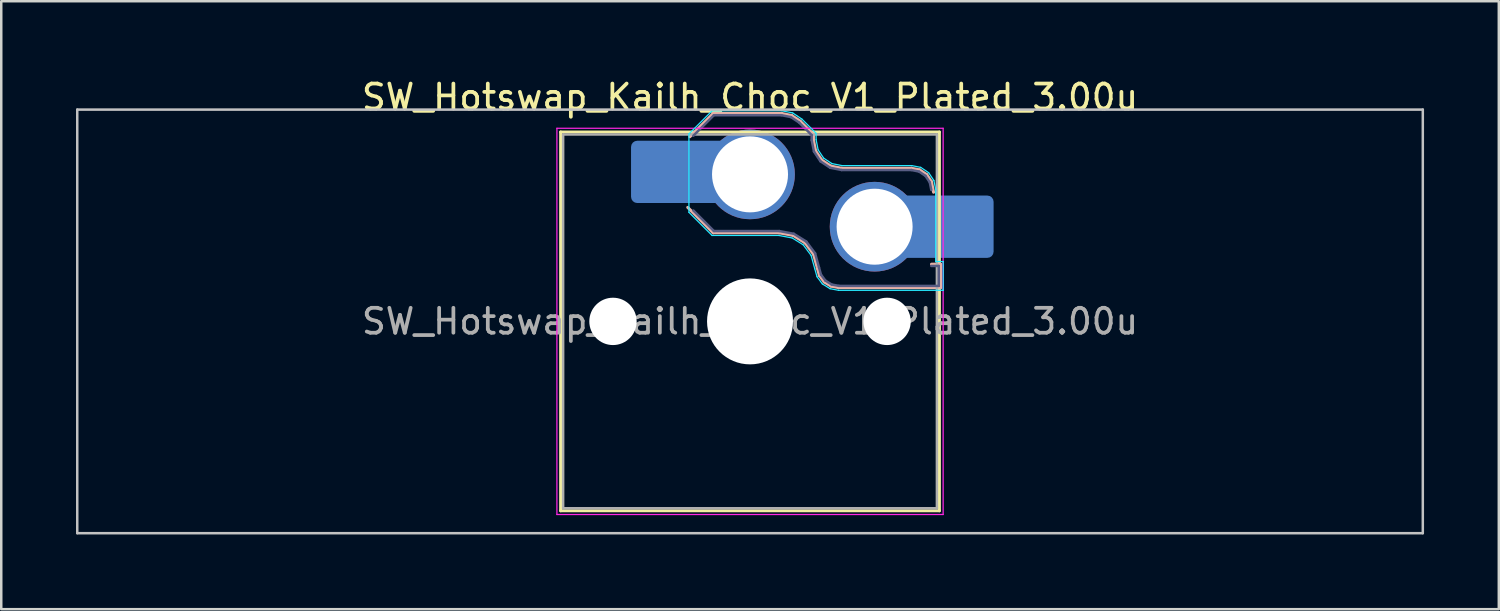
<source format=kicad_pcb>
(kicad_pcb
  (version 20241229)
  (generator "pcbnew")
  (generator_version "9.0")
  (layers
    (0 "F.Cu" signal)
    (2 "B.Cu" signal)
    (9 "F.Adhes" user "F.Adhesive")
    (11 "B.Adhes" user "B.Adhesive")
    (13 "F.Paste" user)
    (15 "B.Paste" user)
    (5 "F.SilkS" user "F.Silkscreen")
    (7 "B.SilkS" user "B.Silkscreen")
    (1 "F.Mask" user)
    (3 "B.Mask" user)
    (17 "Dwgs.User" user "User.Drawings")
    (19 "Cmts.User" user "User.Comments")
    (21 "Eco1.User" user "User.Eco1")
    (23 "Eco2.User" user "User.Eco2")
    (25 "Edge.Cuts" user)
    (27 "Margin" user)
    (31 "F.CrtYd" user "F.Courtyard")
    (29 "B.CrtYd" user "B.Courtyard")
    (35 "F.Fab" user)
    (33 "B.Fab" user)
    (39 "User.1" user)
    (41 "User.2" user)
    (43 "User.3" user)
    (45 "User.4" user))
  (footprint "SW_Hotswap_Kailh_Choc_V1_Plated_3.00u"
    (layer "F.Cu")
    (at 27.05 9.848)
    (property "Reference" "SW_Hotswap_Kailh_Choc_V1_Plated_3.00u" (at 0 -9 0) (layer "F.SilkS") (effects (font (size 1 1) (thickness 0.15))))
    (attr smd)
    (fp_line (start -7.6 -7.6) (end -7.6 7.6) (stroke (width 0.12) (type solid)) (layer "F.SilkS"))
    (fp_line (start -7.6 7.6) (end 7.6 7.6) (stroke (width 0.12) (type solid)) (layer "F.SilkS"))
    (fp_line (start 7.6 -7.6) (end -7.6 -7.6) (stroke (width 0.12) (type solid)) (layer "F.SilkS"))
    (fp_line (start 7.6 7.6) (end 7.6 -7.6) (stroke (width 0.12) (type solid)) (layer "F.SilkS"))
    (fp_line (start -2.416 -7.409) (end -1.479 -8.346) (stroke (width 0.12) (type solid)) (layer "B.SilkS"))
    (fp_line (start -1.479 -8.346) (end 1.268 -8.346) (stroke (width 0.12) (type solid)) (layer "B.SilkS"))
    (fp_line (start -1.479 -3.554) (end -2.5 -4.575) (stroke (width 0.12) (type solid)) (layer "B.SilkS"))
    (fp_line (start 1.168 -3.554) (end -1.479 -3.554) (stroke (width 0.12) (type solid)) (layer "B.SilkS"))
    (fp_line (start 1.268 -8.346) (end 1.671 -8.266) (stroke (width 0.12) (type solid)) (layer "B.SilkS"))
    (fp_line (start 1.671 -8.266) (end 2.013 -8.037) (stroke (width 0.12) (type solid)) (layer "B.SilkS"))
    (fp_line (start 1.73 -3.449) (end 1.168 -3.554) (stroke (width 0.12) (type solid)) (layer "B.SilkS"))
    (fp_line (start 2.013 -8.037) (end 2.546 -7.504) (stroke (width 0.12) (type solid)) (layer "B.SilkS"))
    (fp_line (start 2.209 -3.15) (end 1.73 -3.449) (stroke (width 0.12) (type solid)) (layer "B.SilkS"))
    (fp_line (start 2.546 -7.504) (end 2.546 -7.282) (stroke (width 0.12) (type solid)) (layer "B.SilkS"))
    (fp_line (start 2.546 -7.282) (end 2.633 -6.844) (stroke (width 0.12) (type solid)) (layer "B.SilkS"))
    (fp_line (start 2.547 -2.697) (end 2.209 -3.15) (stroke (width 0.12) (type solid)) (layer "B.SilkS"))
    (fp_line (start 2.633 -6.844) (end 2.877 -6.477) (stroke (width 0.12) (type solid)) (layer "B.SilkS"))
    (fp_line (start 2.701 -2.139) (end 2.547 -2.697) (stroke (width 0.12) (type solid)) (layer "B.SilkS"))
    (fp_line (start 2.783 -1.841) (end 2.701 -2.139) (stroke (width 0.12) (type solid)) (layer "B.SilkS"))
    (fp_line (start 2.877 -6.477) (end 3.244 -6.233) (stroke (width 0.12) (type solid)) (layer "B.SilkS"))
    (fp_line (start 2.976 -1.583) (end 2.783 -1.841) (stroke (width 0.12) (type solid)) (layer "B.SilkS"))
    (fp_line (start 3.244 -6.233) (end 3.682 -6.146) (stroke (width 0.12) (type solid)) (layer "B.SilkS"))
    (fp_line (start 3.25 -1.413) (end 2.976 -1.583) (stroke (width 0.12) (type solid)) (layer "B.SilkS"))
    (fp_line (start 3.56 -1.354) (end 3.25 -1.413) (stroke (width 0.12) (type solid)) (layer "B.SilkS"))
    (fp_line (start 3.682 -6.146) (end 6.482 -6.146) (stroke (width 0.12) (type solid)) (layer "B.SilkS"))
    (fp_line (start 6.482 -6.146) (end 6.809 -6.081) (stroke (width 0.12) (type solid)) (layer "B.SilkS"))
    (fp_line (start 6.809 -6.081) (end 7.092 -5.892) (stroke (width 0.12) (type solid)) (layer "B.SilkS"))
    (fp_line (start 7.092 -5.892) (end 7.281 -5.609) (stroke (width 0.12) (type solid)) (layer "B.SilkS"))
    (fp_line (start 7.281 -5.609) (end 7.366 -5.182) (stroke (width 0.12) (type solid)) (layer "B.SilkS"))
    (fp_line (start 7.283 -2.296) (end 7.646 -2.296) (stroke (width 0.12) (type solid)) (layer "B.SilkS"))
    (fp_line (start 7.646 -2.296) (end 7.646 -1.354) (stroke (width 0.12) (type solid)) (layer "B.SilkS"))
    (fp_line (start 7.646 -1.354) (end 3.56 -1.354) (stroke (width 0.12) (type solid)) (layer "B.SilkS"))
    (fp_line (start -27 -8.5) (end -27 8.5) (stroke (width 0.1) (type solid)) (layer "Dwgs.User"))
    (fp_line (start -27 8.5) (end 27 8.5) (stroke (width 0.1) (type solid)) (layer "Dwgs.User"))
    (fp_line (start 27 -8.5) (end -27 -8.5) (stroke (width 0.1) (type solid)) (layer "Dwgs.User"))
    (fp_line (start 27 8.5) (end 27 -8.5) (stroke (width 0.1) (type solid)) (layer "Dwgs.User"))
    (fp_line (start -7.25 -7.25) (end -7.25 7.25) (stroke (width 0.1) (type solid)) (layer "Eco1.User"))
    (fp_line (start -7.25 7.25) (end 7.25 7.25) (stroke (width 0.1) (type solid)) (layer "Eco1.User"))
    (fp_line (start 7.25 -7.25) (end -7.25 -7.25) (stroke (width 0.1) (type solid)) (layer "Eco1.User"))
    (fp_line (start 7.25 7.25) (end 7.25 -7.25) (stroke (width 0.1) (type solid)) (layer "Eco1.User"))
    (fp_line (start -2.452 -7.523) (end -1.523 -8.452) (stroke (width 0.05) (type solid)) (layer "B.CrtYd"))
    (fp_line (start -2.452 -4.377) (end -2.452 -7.523) (stroke (width 0.05) (type solid)) (layer "B.CrtYd"))
    (fp_line (start -1.523 -8.452) (end 1.278 -8.452) (stroke (width 0.05) (type solid)) (layer "B.CrtYd"))
    (fp_line (start -1.523 -3.448) (end -2.452 -4.377) (stroke (width 0.05) (type solid)) (layer "B.CrtYd"))
    (fp_line (start 1.159 -3.448) (end -1.523 -3.448) (stroke (width 0.05) (type solid)) (layer "B.CrtYd"))
    (fp_line (start 1.278 -8.452) (end 1.712 -8.366) (stroke (width 0.05) (type solid)) (layer "B.CrtYd"))
    (fp_line (start 1.691 -3.348) (end 1.159 -3.448) (stroke (width 0.05) (type solid)) (layer "B.CrtYd"))
    (fp_line (start 1.712 -8.366) (end 2.081 -8.119) (stroke (width 0.05) (type solid)) (layer "B.CrtYd"))
    (fp_line (start 2.081 -8.119) (end 2.652 -7.548) (stroke (width 0.05) (type solid)) (layer "B.CrtYd"))
    (fp_line (start 2.136 -3.071) (end 1.691 -3.348) (stroke (width 0.05) (type solid)) (layer "B.CrtYd"))
    (fp_line (start 2.45 -2.65) (end 2.136 -3.071) (stroke (width 0.05) (type solid)) (layer "B.CrtYd"))
    (fp_line (start 2.599 -2.111) (end 2.45 -2.65) (stroke (width 0.05) (type solid)) (layer "B.CrtYd"))
    (fp_line (start 2.652 -7.548) (end 2.652 -7.292) (stroke (width 0.05) (type solid)) (layer "B.CrtYd"))
    (fp_line (start 2.652 -7.292) (end 2.733 -6.885) (stroke (width 0.05) (type solid)) (layer "B.CrtYd"))
    (fp_line (start 2.687 -1.794) (end 2.599 -2.111) (stroke (width 0.05) (type solid)) (layer "B.CrtYd"))
    (fp_line (start 2.733 -6.885) (end 2.953 -6.553) (stroke (width 0.05) (type solid)) (layer "B.CrtYd"))
    (fp_line (start 2.903 -1.503) (end 2.687 -1.794) (stroke (width 0.05) (type solid)) (layer "B.CrtYd"))
    (fp_line (start 2.953 -6.553) (end 3.285 -6.333) (stroke (width 0.05) (type solid)) (layer "B.CrtYd"))
    (fp_line (start 3.211 -1.312) (end 2.903 -1.503) (stroke (width 0.05) (type solid)) (layer "B.CrtYd"))
    (fp_line (start 3.285 -6.333) (end 3.692 -6.252) (stroke (width 0.05) (type solid)) (layer "B.CrtYd"))
    (fp_line (start 3.55 -1.248) (end 3.211 -1.312) (stroke (width 0.05) (type solid)) (layer "B.CrtYd"))
    (fp_line (start 3.692 -6.252) (end 6.492 -6.252) (stroke (width 0.05) (type solid)) (layer "B.CrtYd"))
    (fp_line (start 6.492 -6.252) (end 6.85 -6.181) (stroke (width 0.05) (type solid)) (layer "B.CrtYd"))
    (fp_line (start 6.85 -6.181) (end 7.168 -5.968) (stroke (width 0.05) (type solid)) (layer "B.CrtYd"))
    (fp_line (start 7.168 -5.968) (end 7.381 -5.65) (stroke (width 0.05) (type solid)) (layer "B.CrtYd"))
    (fp_line (start 7.381 -5.65) (end 7.452 -5.292) (stroke (width 0.05) (type solid)) (layer "B.CrtYd"))
    (fp_line (start 7.452 -5.292) (end 7.452 -2.402) (stroke (width 0.05) (type solid)) (layer "B.CrtYd"))
    (fp_line (start 7.452 -2.402) (end 7.752 -2.402) (stroke (width 0.05) (type solid)) (layer "B.CrtYd"))
    (fp_line (start 7.752 -2.402) (end 7.752 -1.248) (stroke (width 0.05) (type solid)) (layer "B.CrtYd"))
    (fp_line (start 7.752 -1.248) (end 3.55 -1.248) (stroke (width 0.05) (type solid)) (layer "B.CrtYd"))
    (fp_line (start -7.75 -7.75) (end -7.75 7.75) (stroke (width 0.05) (type solid)) (layer "F.CrtYd"))
    (fp_line (start -7.75 7.75) (end 7.75 7.75) (stroke (width 0.05) (type solid)) (layer "F.CrtYd"))
    (fp_line (start 7.75 -7.75) (end -7.75 -7.75) (stroke (width 0.05) (type solid)) (layer "F.CrtYd"))
    (fp_line (start 7.75 7.75) (end 7.75 -7.75) (stroke (width 0.05) (type solid)) (layer "F.CrtYd"))
    (fp_line (start -2.275 -7.45) (end -1.45 -8.275) (stroke (width 0.1) (type solid)) (layer "B.Fab"))
    (fp_line (start -1.45 -8.275) (end 1.261 -8.275) (stroke (width 0.1) (type solid)) (layer "B.Fab"))
    (fp_line (start -1.45 -3.625) (end -2.275 -4.45) (stroke (width 0.1) (type solid)) (layer "B.Fab"))
    (fp_line (start 1.175 -3.625) (end -1.45 -3.625) (stroke (width 0.1) (type solid)) (layer "B.Fab"))
    (fp_line (start 1.261 -8.275) (end 1.643 -8.199) (stroke (width 0.1) (type solid)) (layer "B.Fab"))
    (fp_line (start 1.643 -8.199) (end 1.968 -7.982) (stroke (width 0.1) (type solid)) (layer "B.Fab"))
    (fp_line (start 1.756 -3.516) (end 1.175 -3.625) (stroke (width 0.1) (type solid)) (layer "B.Fab"))
    (fp_line (start 1.968 -7.982) (end 2.475 -7.475) (stroke (width 0.1) (type solid)) (layer "B.Fab"))
    (fp_line (start 2.258 -3.203) (end 1.756 -3.516) (stroke (width 0.1) (type solid)) (layer "B.Fab"))
    (fp_line (start 2.475 -7.475) (end 2.475 -7.275) (stroke (width 0.1) (type solid)) (layer "B.Fab"))
    (fp_line (start 2.475 -7.275) (end 2.566 -6.816) (stroke (width 0.1) (type solid)) (layer "B.Fab"))
    (fp_line (start 2.566 -6.816) (end 2.826 -6.426) (stroke (width 0.1) (type solid)) (layer "B.Fab"))
    (fp_line (start 2.612 -2.729) (end 2.258 -3.203) (stroke (width 0.1) (type solid)) (layer "B.Fab"))
    (fp_line (start 2.769 -2.158) (end 2.612 -2.729) (stroke (width 0.1) (type solid)) (layer "B.Fab"))
    (fp_line (start 2.826 -6.426) (end 3.216 -6.166) (stroke (width 0.1) (type solid)) (layer "B.Fab"))
    (fp_line (start 2.848 -1.873) (end 2.769 -2.158) (stroke (width 0.1) (type solid)) (layer "B.Fab"))
    (fp_line (start 3.025 -1.636) (end 2.848 -1.873) (stroke (width 0.1) (type solid)) (layer "B.Fab"))
    (fp_line (start 3.216 -6.166) (end 3.675 -6.075) (stroke (width 0.1) (type solid)) (layer "B.Fab"))
    (fp_line (start 3.276 -1.48) (end 3.025 -1.636) (stroke (width 0.1) (type solid)) (layer "B.Fab"))
    (fp_line (start 3.567 -1.425) (end 3.276 -1.48) (stroke (width 0.1) (type solid)) (layer "B.Fab"))
    (fp_line (start 3.675 -6.075) (end 6.475 -6.075) (stroke (width 0.1) (type solid)) (layer "B.Fab"))
    (fp_line (start 6.475 -6.075) (end 6.781 -6.014) (stroke (width 0.1) (type solid)) (layer "B.Fab"))
    (fp_line (start 6.781 -6.014) (end 7.041 -5.841) (stroke (width 0.1) (type solid)) (layer "B.Fab"))
    (fp_line (start 7.041 -5.841) (end 7.214 -5.581) (stroke (width 0.1) (type solid)) (layer "B.Fab"))
    (fp_line (start 7.214 -5.581) (end 7.275 -5.275) (stroke (width 0.1) (type solid)) (layer "B.Fab"))
    (fp_line (start 7.275 -2.225) (end 7.575 -2.225) (stroke (width 0.1) (type solid)) (layer "B.Fab"))
    (fp_line (start 7.575 -2.225) (end 7.575 -1.425) (stroke (width 0.1) (type solid)) (layer "B.Fab"))
    (fp_line (start 7.575 -1.425) (end 3.567 -1.425) (stroke (width 0.1) (type solid)) (layer "B.Fab"))
    (fp_line (start -7.5 -7.5) (end -7.5 7.5) (stroke (width 0.1) (type solid)) (layer "F.Fab"))
    (fp_line (start -7.5 7.5) (end 7.5 7.5) (stroke (width 0.1) (type solid)) (layer "F.Fab"))
    (fp_line (start 7.5 -7.5) (end -7.5 -7.5) (stroke (width 0.1) (type solid)) (layer "F.Fab"))
    (fp_line (start 7.5 7.5) (end 7.5 -7.5) (stroke (width 0.1) (type solid)) (layer "F.Fab"))
    (fp_text user "${REFERENCE}" (at 0 0 0) (layer "F.Fab") (effects (font (size 1 1) (thickness 0.15))))
    (pad "" np_thru_hole circle (at -5.5 0) (size 1.9 1.9) (drill 1.9) (layers "*.Cu" "*.Mask"))
    (pad "" smd roundrect (at -3.5 -6) (size 2.55 2.5) (layers "B.Mask" "B.Paste") (roundrect_rratio 0.1))
    (pad "" smd circle (at 0 -5.9) (size 3.1 3.1) (layers "F.Mask"))
    (pad "" np_thru_hole circle (at 0 0) (size 3.45 3.45) (drill 3.45) (layers "*.Cu" "*.Mask"))
    (pad "" smd circle (at 5 -3.8) (size 3.1 3.1) (layers "F.Mask"))
    (pad "" np_thru_hole circle (at 5.5 0) (size 1.9 1.9) (drill 1.9) (layers "*.Cu" "*.Mask"))
    (pad "" smd roundrect (at 8.5 -3.8) (size 2.55 2.5) (layers "B.Mask" "B.Paste") (roundrect_rratio 0.1))
    (pad "1" smd roundrect (at -2.85 -6) (size 3.85 2.5) (layers "B.Cu") (roundrect_rratio 0.1))
    (pad "1" thru_hole circle (at 0 -5.9) (size 3.6 3.6) (drill 3.05) (layers "*.Cu" "B.Mask"))
    (pad "2" thru_hole circle (at 5 -3.8) (size 3.6 3.6) (drill 3.05) (layers "*.Cu" "B.Mask"))
    (pad "2" smd roundrect (at 7.85 -3.8) (size 3.85 2.5) (layers "B.Cu") (roundrect_rratio 0.1)))
  (gr_rect
    (start -3 -3)
    (end 57.1 21.398)
    (stroke (width 0.1) (type default))
    (fill no)
    (layer "Edge.Cuts")))
</source>
